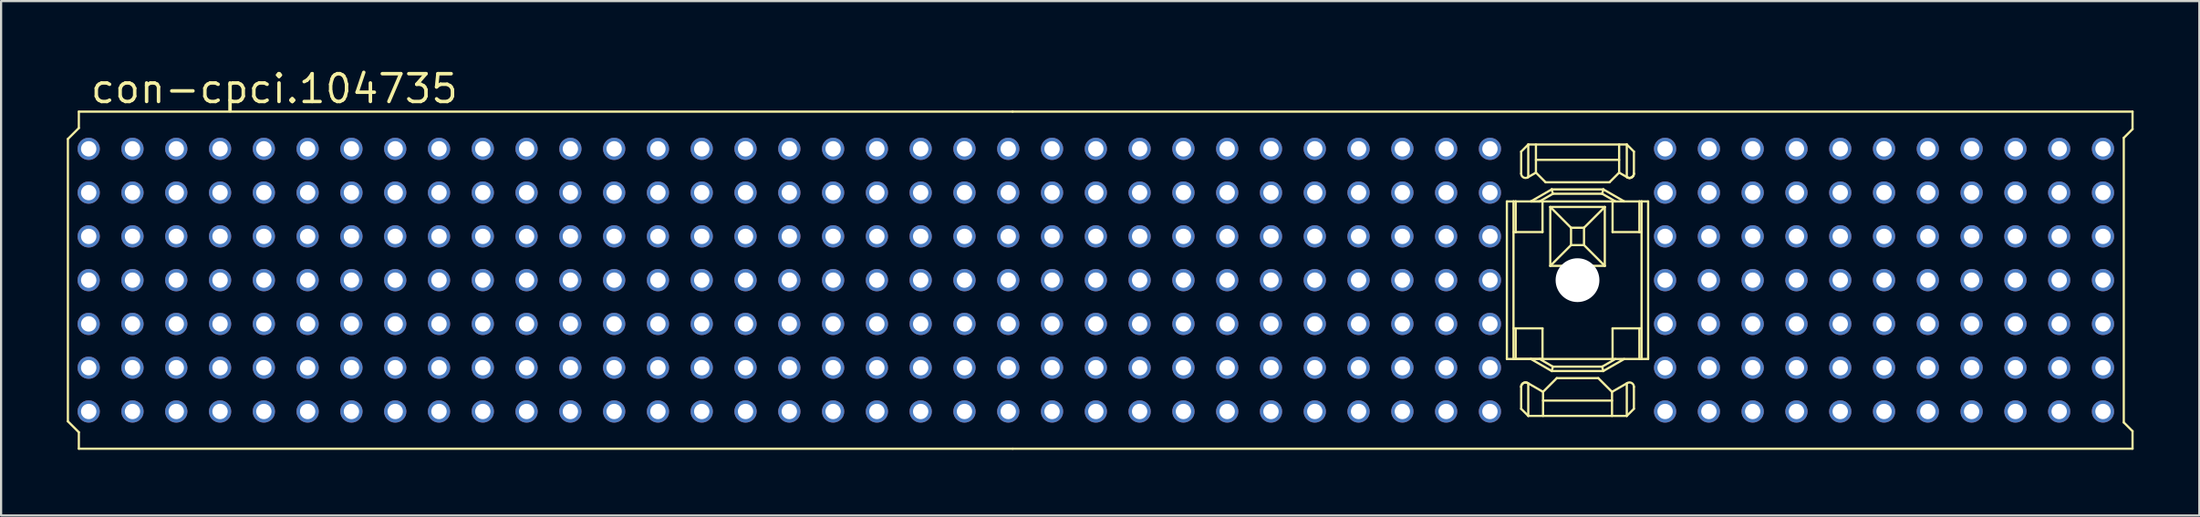
<source format=kicad_pcb>
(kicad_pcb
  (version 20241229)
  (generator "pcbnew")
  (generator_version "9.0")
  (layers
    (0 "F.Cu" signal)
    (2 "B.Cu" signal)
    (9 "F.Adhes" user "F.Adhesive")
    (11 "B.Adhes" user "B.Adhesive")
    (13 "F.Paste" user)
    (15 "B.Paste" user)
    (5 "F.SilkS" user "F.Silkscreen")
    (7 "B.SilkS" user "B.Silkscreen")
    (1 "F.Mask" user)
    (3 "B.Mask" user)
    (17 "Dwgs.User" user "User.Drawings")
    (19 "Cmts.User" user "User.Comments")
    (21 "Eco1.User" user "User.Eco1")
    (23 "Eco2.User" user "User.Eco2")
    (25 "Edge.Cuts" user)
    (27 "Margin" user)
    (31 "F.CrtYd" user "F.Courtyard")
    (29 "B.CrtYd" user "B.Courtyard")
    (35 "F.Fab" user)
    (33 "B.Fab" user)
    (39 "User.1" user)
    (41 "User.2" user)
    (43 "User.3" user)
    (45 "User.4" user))
  (footprint "con-cpci.104735"
    (layer "F.Cu")
    (at 69.001 9.75)
    (property "Reference" "con-cpci.104735" (at -68 -8 0) (layer "F.SilkS") (effects (font (size 1.27 1.27) (thickness 0.16)) (justify left bottom)))
    (attr through_hole)
    (fp_line (start -68.95 -6.45) (end -68.95 6.45) (stroke (width 0.102) (type default)) (layer "F.SilkS"))
    (fp_line (start -68.95 6.45) (end -68.45 6.95) (stroke (width 0.102) (type default)) (layer "F.SilkS"))
    (fp_line (start -68.45 -7.7) (end -68.45 -6.95) (stroke (width 0.102) (type default)) (layer "F.SilkS"))
    (fp_line (start -68.45 -6.95) (end -68.95 -6.45) (stroke (width 0.102) (type default)) (layer "F.SilkS"))
    (fp_line (start -68.45 6.95) (end -68.45 7.7) (stroke (width 0.102) (type default)) (layer "F.SilkS"))
    (fp_line (start -68.45 7.7) (end -25.801 7.7) (stroke (width 0.102) (type default)) (layer "F.SilkS"))
    (fp_line (start -25.801 -7.7) (end -68.45 -7.7) (stroke (width 0.102) (type default)) (layer "F.SilkS"))
    (fp_line (start -25.801 7.7) (end 25.35 7.7) (stroke (width 0.102) (type default)) (layer "F.SilkS"))
    (fp_line (start -3.226 -3.598) (end -2.924 -3.598) (stroke (width 0.102) (type default)) (layer "F.SilkS"))
    (fp_line (start -3.226 3.602) (end -3.226 -3.598) (stroke (width 0.102) (type default)) (layer "F.SilkS"))
    (fp_line (start -2.924 -3.598) (end -2.924 3.602) (stroke (width 0.102) (type default)) (layer "F.SilkS"))
    (fp_line (start -2.924 -3.598) (end -2.824 -3.598) (stroke (width 0.102) (type default)) (layer "F.SilkS"))
    (fp_line (start -2.924 -2.198) (end -2.824 -2.198) (stroke (width 0.102) (type default)) (layer "F.SilkS"))
    (fp_line (start -2.924 3.602) (end -3.226 3.602) (stroke (width 0.102) (type default)) (layer "F.SilkS"))
    (fp_line (start -2.924 3.602) (end -2.13 3.602) (stroke (width 0.102) (type default)) (layer "F.SilkS"))
    (fp_line (start -2.824 -3.598) (end -2.824 -2.198) (stroke (width 0.102) (type default)) (layer "F.SilkS"))
    (fp_line (start -2.824 -3.598) (end -2.13 -3.598) (stroke (width 0.102) (type default)) (layer "F.SilkS"))
    (fp_line (start -2.824 -2.198) (end -1.599 -2.198) (stroke (width 0.102) (type default)) (layer "F.SilkS"))
    (fp_line (start -2.824 2.202) (end -2.824 3.602) (stroke (width 0.102) (type default)) (layer "F.SilkS"))
    (fp_line (start -2.574 -5.873) (end -2.249 -6.198) (stroke (width 0.102) (type default)) (layer "F.SilkS"))
    (fp_line (start -2.574 -4.87) (end -2.574 -5.873) (stroke (width 0.102) (type default)) (layer "F.SilkS"))
    (fp_line (start -2.574 5.877) (end -2.574 4.873) (stroke (width 0.102) (type default)) (layer "F.SilkS"))
    (fp_line (start -2.274 4.7) (end -1.574 5.104) (stroke (width 0.102) (type default)) (layer "F.SilkS"))
    (fp_line (start -2.249 -6.198) (end -2.249 -4.711) (stroke (width 0.102) (type default)) (layer "F.SilkS"))
    (fp_line (start -2.249 4.714) (end -2.249 6.202) (stroke (width 0.102) (type default)) (layer "F.SilkS"))
    (fp_line (start -2.249 6.202) (end -2.574 5.877) (stroke (width 0.102) (type default)) (layer "F.SilkS"))
    (fp_line (start -2.249 6.202) (end 2.251 6.202) (stroke (width 0.102) (type default)) (layer "F.SilkS"))
    (fp_line (start -2.13 -3.598) (end -1.73 -3.598) (stroke (width 0.102) (type default)) (layer "F.SilkS"))
    (fp_line (start -2.13 3.602) (end -1.599 3.602) (stroke (width 0.102) (type default)) (layer "F.SilkS"))
    (fp_line (start -1.899 -4.913) (end -2.274 -4.697) (stroke (width 0.102) (type default)) (layer "F.SilkS"))
    (fp_line (start -1.899 -4.913) (end -1.899 -6.198) (stroke (width 0.102) (type default)) (layer "F.SilkS"))
    (fp_line (start -1.73 -3.598) (end -2.13 -3.598) (stroke (width 0.102) (type default)) (layer "F.SilkS"))
    (fp_line (start -1.73 -3.598) (end -1.599 -3.598) (stroke (width 0.102) (type default)) (layer "F.SilkS"))
    (fp_line (start -1.599 -3.598) (end 1.601 -3.598) (stroke (width 0.102) (type default)) (layer "F.SilkS"))
    (fp_line (start -1.599 -2.198) (end -1.599 -3.598) (stroke (width 0.102) (type default)) (layer "F.SilkS"))
    (fp_line (start -1.599 2.202) (end -2.924 2.202) (stroke (width 0.102) (type default)) (layer "F.SilkS"))
    (fp_line (start -1.599 3.602) (end -1.599 2.202) (stroke (width 0.102) (type default)) (layer "F.SilkS"))
    (fp_line (start -1.574 5.104) (end -1.574 6.202) (stroke (width 0.102) (type default)) (layer "F.SilkS"))
    (fp_line (start -1.574 5.104) (end -0.947 4.477) (stroke (width 0.102) (type default)) (layer "F.SilkS"))
    (fp_line (start -1.574 5.502) (end 1.576 5.502) (stroke (width 0.102) (type default)) (layer "F.SilkS"))
    (fp_line (start -1.459 -4.473) (end -1.899 -4.913) (stroke (width 0.102) (type default)) (layer "F.SilkS"))
    (fp_line (start -1.244 -3.344) (end -1.244 -0.653) (stroke (width 0.102) (type default)) (layer "F.SilkS"))
    (fp_line (start -1.244 -0.653) (end 1.246 -0.653) (stroke (width 0.102) (type default)) (layer "F.SilkS"))
    (fp_line (start -1.244 -0.653) (end -0.296 -1.602) (stroke (width 0.102) (type default)) (layer "F.SilkS"))
    (fp_line (start -1.178 -4.148) (end -2.13 -3.598) (stroke (width 0.102) (type default)) (layer "F.SilkS"))
    (fp_line (start -1.178 -4.148) (end 1.179 -4.148) (stroke (width 0.102) (type default)) (layer "F.SilkS"))
    (fp_line (start -1.178 4.152) (end -2.13 3.602) (stroke (width 0.102) (type default)) (layer "F.SilkS"))
    (fp_line (start -1.124 -3.948) (end -1.73 -3.598) (stroke (width 0.102) (type default)) (layer "F.SilkS"))
    (fp_line (start -1.124 -3.948) (end -1.178 -4.148) (stroke (width 0.102) (type default)) (layer "F.SilkS"))
    (fp_line (start -1.124 3.952) (end -1.73 3.602) (stroke (width 0.102) (type default)) (layer "F.SilkS"))
    (fp_line (start -1.124 3.952) (end -1.178 4.152) (stroke (width 0.102) (type default)) (layer "F.SilkS"))
    (fp_line (start -0.947 4.477) (end 0.949 4.477) (stroke (width 0.102) (type default)) (layer "F.SilkS"))
    (fp_line (start -0.296 -2.395) (end -0.296 -1.602) (stroke (width 0.102) (type default)) (layer "F.SilkS"))
    (fp_line (start -0.296 -2.395) (end -1.244 -3.344) (stroke (width 0.102) (type default)) (layer "F.SilkS"))
    (fp_line (start -0.296 -1.602) (end 0.297 -1.602) (stroke (width 0.102) (type default)) (layer "F.SilkS"))
    (fp_line (start 0.297 -2.395) (end -0.296 -2.395) (stroke (width 0.102) (type default)) (layer "F.SilkS"))
    (fp_line (start 0.297 -1.602) (end 0.297 -2.395) (stroke (width 0.102) (type default)) (layer "F.SilkS"))
    (fp_line (start 0.297 -1.602) (end 1.246 -0.653) (stroke (width 0.102) (type default)) (layer "F.SilkS"))
    (fp_line (start 0.949 4.477) (end 1.576 5.104) (stroke (width 0.102) (type default)) (layer "F.SilkS"))
    (fp_line (start 1.126 -3.948) (end -1.124 -3.948) (stroke (width 0.102) (type default)) (layer "F.SilkS"))
    (fp_line (start 1.126 -3.948) (end 1.732 -3.598) (stroke (width 0.102) (type default)) (layer "F.SilkS"))
    (fp_line (start 1.126 3.952) (end -1.124 3.952) (stroke (width 0.102) (type default)) (layer "F.SilkS"))
    (fp_line (start 1.126 3.952) (end 1.179 4.152) (stroke (width 0.102) (type default)) (layer "F.SilkS"))
    (fp_line (start 1.179 -4.148) (end 1.126 -3.948) (stroke (width 0.102) (type default)) (layer "F.SilkS"))
    (fp_line (start 1.179 4.152) (end -1.178 4.152) (stroke (width 0.102) (type default)) (layer "F.SilkS"))
    (fp_line (start 1.179 4.152) (end 2.132 3.602) (stroke (width 0.102) (type default)) (layer "F.SilkS"))
    (fp_line (start 1.246 -3.344) (end -1.244 -3.344) (stroke (width 0.102) (type default)) (layer "F.SilkS"))
    (fp_line (start 1.246 -3.344) (end 0.297 -2.395) (stroke (width 0.102) (type default)) (layer "F.SilkS"))
    (fp_line (start 1.246 -0.653) (end 1.246 -3.344) (stroke (width 0.102) (type default)) (layer "F.SilkS"))
    (fp_line (start 1.461 -4.473) (end -1.459 -4.473) (stroke (width 0.102) (type default)) (layer "F.SilkS"))
    (fp_line (start 1.576 5.104) (end 1.576 6.202) (stroke (width 0.102) (type default)) (layer "F.SilkS"))
    (fp_line (start 1.576 5.104) (end 2.276 4.7) (stroke (width 0.102) (type default)) (layer "F.SilkS"))
    (fp_line (start 1.601 -3.598) (end 1.601 -2.198) (stroke (width 0.102) (type default)) (layer "F.SilkS"))
    (fp_line (start 1.601 -2.198) (end 2.826 -2.198) (stroke (width 0.102) (type default)) (layer "F.SilkS"))
    (fp_line (start 1.601 2.202) (end 1.601 3.602) (stroke (width 0.102) (type default)) (layer "F.SilkS"))
    (fp_line (start 1.601 3.602) (end -2.924 3.602) (stroke (width 0.102) (type default)) (layer "F.SilkS"))
    (fp_line (start 1.601 3.602) (end 2.926 3.602) (stroke (width 0.102) (type default)) (layer "F.SilkS"))
    (fp_line (start 1.732 -3.598) (end 1.601 -3.598) (stroke (width 0.102) (type default)) (layer "F.SilkS"))
    (fp_line (start 1.732 3.602) (end 1.126 3.952) (stroke (width 0.102) (type default)) (layer "F.SilkS"))
    (fp_line (start 1.901 -5.498) (end -1.899 -5.498) (stroke (width 0.102) (type default)) (layer "F.SilkS"))
    (fp_line (start 1.901 -4.913) (end 1.461 -4.473) (stroke (width 0.102) (type default)) (layer "F.SilkS"))
    (fp_line (start 1.901 -4.913) (end 1.901 -6.198) (stroke (width 0.102) (type default)) (layer "F.SilkS"))
    (fp_line (start 2.132 -3.598) (end 1.179 -4.148) (stroke (width 0.102) (type default)) (layer "F.SilkS"))
    (fp_line (start 2.132 -3.598) (end 1.732 -3.598) (stroke (width 0.102) (type default)) (layer "F.SilkS"))
    (fp_line (start 2.251 -6.198) (end -2.249 -6.198) (stroke (width 0.102) (type default)) (layer "F.SilkS"))
    (fp_line (start 2.251 -6.198) (end 2.251 -4.711) (stroke (width 0.102) (type default)) (layer "F.SilkS"))
    (fp_line (start 2.251 6.202) (end 2.251 4.714) (stroke (width 0.102) (type default)) (layer "F.SilkS"))
    (fp_line (start 2.276 -4.697) (end 1.901 -4.913) (stroke (width 0.102) (type default)) (layer "F.SilkS"))
    (fp_line (start 2.576 -5.873) (end 2.251 -6.198) (stroke (width 0.102) (type default)) (layer "F.SilkS"))
    (fp_line (start 2.576 -4.87) (end 2.576 -5.873) (stroke (width 0.102) (type default)) (layer "F.SilkS"))
    (fp_line (start 2.576 4.873) (end 2.576 5.877) (stroke (width 0.102) (type default)) (layer "F.SilkS"))
    (fp_line (start 2.576 5.877) (end 2.251 6.202) (stroke (width 0.102) (type default)) (layer "F.SilkS"))
    (fp_line (start 2.826 -3.598) (end 2.132 -3.598) (stroke (width 0.102) (type default)) (layer "F.SilkS"))
    (fp_line (start 2.826 -3.598) (end 2.826 -2.198) (stroke (width 0.102) (type default)) (layer "F.SilkS"))
    (fp_line (start 2.826 -2.198) (end 2.926 -2.198) (stroke (width 0.102) (type default)) (layer "F.SilkS"))
    (fp_line (start 2.826 3.602) (end 2.826 2.202) (stroke (width 0.102) (type default)) (layer "F.SilkS"))
    (fp_line (start 2.926 -3.598) (end 2.826 -3.598) (stroke (width 0.102) (type default)) (layer "F.SilkS"))
    (fp_line (start 2.926 2.202) (end 1.601 2.202) (stroke (width 0.102) (type default)) (layer "F.SilkS"))
    (fp_line (start 2.926 3.602) (end 2.926 -3.598) (stroke (width 0.102) (type default)) (layer "F.SilkS"))
    (fp_line (start 2.926 3.602) (end 3.226 3.602) (stroke (width 0.102) (type default)) (layer "F.SilkS"))
    (fp_line (start 3.226 -3.598) (end 2.926 -3.598) (stroke (width 0.102) (type default)) (layer "F.SilkS"))
    (fp_line (start 3.226 3.602) (end 3.226 -3.598) (stroke (width 0.102) (type default)) (layer "F.SilkS"))
    (fp_line (start 24.95 6.5) (end 24.95 -6.5) (stroke (width 0.102) (type default)) (layer "F.SilkS"))
    (fp_line (start 25.35 -7.7) (end -25.801 -7.7) (stroke (width 0.102) (type default)) (layer "F.SilkS"))
    (fp_line (start 25.35 -6.9) (end 24.95 -6.5) (stroke (width 0.102) (type default)) (layer "F.SilkS"))
    (fp_line (start 25.35 -6.9) (end 25.35 -7.7) (stroke (width 0.102) (type default)) (layer "F.SilkS"))
    (fp_line (start 25.35 6.9) (end 24.95 6.5) (stroke (width 0.102) (type default)) (layer "F.SilkS"))
    (fp_line (start 25.35 7.7) (end 25.35 6.9) (stroke (width 0.102) (type default)) (layer "F.SilkS"))
    (fp_arc (start -2.5741 4.8731) (mid -2.474099 4.699896) (end -2.2741 4.6999) (stroke (width 0.1016) (type default)) (layer "F.SilkS"))
    (fp_arc (start -2.5741 4.8731) (mid -2.474099 4.699896) (end -2.2741 4.6999) (stroke (width 0.1016) (type default)) (layer "F.SilkS"))
    (fp_arc (start -2.2741 -4.6966) (mid -2.474099 -4.696596) (end -2.5741 -4.8698) (stroke (width 0.1016) (type default)) (layer "F.SilkS"))
    (fp_arc (start 2.2759 4.6999) (mid 2.475899 4.699896) (end 2.5759 4.8731) (stroke (width 0.1016) (type default)) (layer "F.SilkS"))
    (fp_arc (start 2.3008 -4.6843) (mid 2.288139 -4.689969) (end 2.2759 -4.6965) (stroke (width 0.1016) (type default)) (layer "F.SilkS"))
    (fp_arc (start 2.3759 -4.6698) (mid 2.337646 -4.673477) (end 2.3008 -4.6844) (stroke (width 0.1016) (type default)) (layer "F.SilkS"))
    (fp_arc (start 2.451 -4.6844) (mid 2.414154 -4.673477) (end 2.3759 -4.6698) (stroke (width 0.1016) (type default)) (layer "F.SilkS"))
    (fp_arc (start 2.5173 -4.7283) (mid 2.486355 -4.70302) (end 2.451 -4.6844) (stroke (width 0.1016) (type default)) (layer "F.SilkS"))
    (fp_arc (start 2.5454 -4.7637) (mid 2.532353 -4.745204) (end 2.5173 -4.7283) (stroke (width 0.1016) (type default)) (layer "F.SilkS"))
    (fp_arc (start 2.5758 -4.8698) (mid 2.568064 -4.814611) (end 2.5454 -4.7637) (stroke (width 0.1016) (type default)) (layer "F.SilkS"))
    (fp_arc (start 2.5759 -4.8698) (mid 2.475914 -4.696571) (end 2.2759 -4.6965) (stroke (width 0.1016) (type default)) (layer "F.SilkS"))
    (pad "" np_thru_hole circle (at 0 0) (size 2 2) (drill 2) (layers "*.Cu" "*.Mask"))
    (pad "A1" thru_hole circle (at -68 4 180) (size 1.016 1.016) (drill 0.7) (layers "*.Cu" "*.Mask"))
    (pad "A2" thru_hole circle (at -66 4 180) (size 1.016 1.016) (drill 0.7) (layers "*.Cu" "*.Mask"))
    (pad "A3" thru_hole circle (at -64 4 180) (size 1.016 1.016) (drill 0.7) (layers "*.Cu" "*.Mask"))
    (pad "A4" thru_hole circle (at -62 4 180) (size 1.016 1.016) (drill 0.7) (layers "*.Cu" "*.Mask"))
    (pad "A5" thru_hole circle (at -60 4 180) (size 1.016 1.016) (drill 0.7) (layers "*.Cu" "*.Mask"))
    (pad "A6" thru_hole circle (at -58 4 180) (size 1.016 1.016) (drill 0.7) (layers "*.Cu" "*.Mask"))
    (pad "A7" thru_hole circle (at -56 4 180) (size 1.016 1.016) (drill 0.7) (layers "*.Cu" "*.Mask"))
    (pad "A8" thru_hole circle (at -54 4 180) (size 1.016 1.016) (drill 0.7) (layers "*.Cu" "*.Mask"))
    (pad "A9" thru_hole circle (at -52 4 180) (size 1.016 1.016) (drill 0.7) (layers "*.Cu" "*.Mask"))
    (pad "A10" thru_hole circle (at -50 4 180) (size 1.016 1.016) (drill 0.7) (layers "*.Cu" "*.Mask"))
    (pad "A11" thru_hole circle (at -48 4 180) (size 1.016 1.016) (drill 0.7) (layers "*.Cu" "*.Mask"))
    (pad "A12" thru_hole circle (at -46 4 180) (size 1.016 1.016) (drill 0.7) (layers "*.Cu" "*.Mask"))
    (pad "A13" thru_hole circle (at -44 4 180) (size 1.016 1.016) (drill 0.7) (layers "*.Cu" "*.Mask"))
    (pad "A14" thru_hole circle (at -42 4 180) (size 1.016 1.016) (drill 0.7) (layers "*.Cu" "*.Mask"))
    (pad "A15" thru_hole circle (at -40 4 180) (size 1.016 1.016) (drill 0.7) (layers "*.Cu" "*.Mask"))
    (pad "A16" thru_hole circle (at -38 4 180) (size 1.016 1.016) (drill 0.7) (layers "*.Cu" "*.Mask"))
    (pad "A17" thru_hole circle (at -36 4 180) (size 1.016 1.016) (drill 0.7) (layers "*.Cu" "*.Mask"))
    (pad "A18" thru_hole circle (at -34 4 180) (size 1.016 1.016) (drill 0.7) (layers "*.Cu" "*.Mask"))
    (pad "A19" thru_hole circle (at -32 4 180) (size 1.016 1.016) (drill 0.7) (layers "*.Cu" "*.Mask"))
    (pad "A20" thru_hole circle (at -30 4 180) (size 1.016 1.016) (drill 0.7) (layers "*.Cu" "*.Mask"))
    (pad "A21" thru_hole circle (at -28 4 180) (size 1.016 1.016) (drill 0.7) (layers "*.Cu" "*.Mask"))
    (pad "A22" thru_hole circle (at -26 4 180) (size 1.016 1.016) (drill 0.7) (layers "*.Cu" "*.Mask"))
    (pad "A23" thru_hole circle (at -24 4 180) (size 1.016 1.016) (drill 0.7) (layers "*.Cu" "*.Mask"))
    (pad "A24" thru_hole circle (at -22 4 180) (size 1.016 1.016) (drill 0.7) (layers "*.Cu" "*.Mask"))
    (pad "A25" thru_hole circle (at -20 4 180) (size 1.016 1.016) (drill 0.7) (layers "*.Cu" "*.Mask"))
    (pad "A26" thru_hole circle (at -18 4 180) (size 1.016 1.016) (drill 0.7) (layers "*.Cu" "*.Mask"))
    (pad "A27" thru_hole circle (at -16 4 180) (size 1.016 1.016) (drill 0.7) (layers "*.Cu" "*.Mask"))
    (pad "A28" thru_hole circle (at -14 4 180) (size 1.016 1.016) (drill 0.7) (layers "*.Cu" "*.Mask"))
    (pad "A29" thru_hole circle (at -12 4 180) (size 1.016 1.016) (drill 0.7) (layers "*.Cu" "*.Mask"))
    (pad "A30" thru_hole circle (at -10 4 180) (size 1.016 1.016) (drill 0.7) (layers "*.Cu" "*.Mask"))
    (pad "A31" thru_hole circle (at -8 4 180) (size 1.016 1.016) (drill 0.7) (layers "*.Cu" "*.Mask"))
    (pad "A32" thru_hole circle (at -6 4 180) (size 1.016 1.016) (drill 0.7) (layers "*.Cu" "*.Mask"))
    (pad "A33" thru_hole circle (at -4 4 180) (size 1.016 1.016) (drill 0.7) (layers "*.Cu" "*.Mask"))
    (pad "A37" thru_hole circle (at 4 4 180) (size 1.016 1.016) (drill 0.7) (layers "*.Cu" "*.Mask"))
    (pad "A38" thru_hole circle (at 6 4 180) (size 1.016 1.016) (drill 0.7) (layers "*.Cu" "*.Mask"))
    (pad "A39" thru_hole circle (at 8 4 180) (size 1.016 1.016) (drill 0.7) (layers "*.Cu" "*.Mask"))
    (pad "A40" thru_hole circle (at 10 4 180) (size 1.016 1.016) (drill 0.7) (layers "*.Cu" "*.Mask"))
    (pad "A41" thru_hole circle (at 12 4 180) (size 1.016 1.016) (drill 0.7) (layers "*.Cu" "*.Mask"))
    (pad "A42" thru_hole circle (at 14 4 180) (size 1.016 1.016) (drill 0.7) (layers "*.Cu" "*.Mask"))
    (pad "A43" thru_hole circle (at 16 4 180) (size 1.016 1.016) (drill 0.7) (layers "*.Cu" "*.Mask"))
    (pad "A44" thru_hole circle (at 18 4 180) (size 1.016 1.016) (drill 0.7) (layers "*.Cu" "*.Mask"))
    (pad "A45" thru_hole circle (at 20 4 180) (size 1.016 1.016) (drill 0.7) (layers "*.Cu" "*.Mask"))
    (pad "A46" thru_hole circle (at 22 4 180) (size 1.016 1.016) (drill 0.7) (layers "*.Cu" "*.Mask"))
    (pad "A47" thru_hole circle (at 24 4 180) (size 1.016 1.016) (drill 0.7) (layers "*.Cu" "*.Mask"))
    (pad "B1" thru_hole circle (at -68 2 180) (size 1.016 1.016) (drill 0.7) (layers "*.Cu" "*.Mask"))
    (pad "B2" thru_hole circle (at -66 2 180) (size 1.016 1.016) (drill 0.7) (layers "*.Cu" "*.Mask"))
    (pad "B3" thru_hole circle (at -64 2 180) (size 1.016 1.016) (drill 0.7) (layers "*.Cu" "*.Mask"))
    (pad "B4" thru_hole circle (at -62 2 180) (size 1.016 1.016) (drill 0.7) (layers "*.Cu" "*.Mask"))
    (pad "B5" thru_hole circle (at -60 2 180) (size 1.016 1.016) (drill 0.7) (layers "*.Cu" "*.Mask"))
    (pad "B6" thru_hole circle (at -58 2 180) (size 1.016 1.016) (drill 0.7) (layers "*.Cu" "*.Mask"))
    (pad "B7" thru_hole circle (at -56 2 180) (size 1.016 1.016) (drill 0.7) (layers "*.Cu" "*.Mask"))
    (pad "B8" thru_hole circle (at -54 2 180) (size 1.016 1.016) (drill 0.7) (layers "*.Cu" "*.Mask"))
    (pad "B9" thru_hole circle (at -52 2 180) (size 1.016 1.016) (drill 0.7) (layers "*.Cu" "*.Mask"))
    (pad "B10" thru_hole circle (at -50 2 180) (size 1.016 1.016) (drill 0.7) (layers "*.Cu" "*.Mask"))
    (pad "B11" thru_hole circle (at -48 2 180) (size 1.016 1.016) (drill 0.7) (layers "*.Cu" "*.Mask"))
    (pad "B12" thru_hole circle (at -46 2 180) (size 1.016 1.016) (drill 0.7) (layers "*.Cu" "*.Mask"))
    (pad "B13" thru_hole circle (at -44 2 180) (size 1.016 1.016) (drill 0.7) (layers "*.Cu" "*.Mask"))
    (pad "B14" thru_hole circle (at -42 2 180) (size 1.016 1.016) (drill 0.7) (layers "*.Cu" "*.Mask"))
    (pad "B15" thru_hole circle (at -40 2 180) (size 1.016 1.016) (drill 0.7) (layers "*.Cu" "*.Mask"))
    (pad "B16" thru_hole circle (at -38 2 180) (size 1.016 1.016) (drill 0.7) (layers "*.Cu" "*.Mask"))
    (pad "B17" thru_hole circle (at -36 2 180) (size 1.016 1.016) (drill 0.7) (layers "*.Cu" "*.Mask"))
    (pad "B18" thru_hole circle (at -34 2 180) (size 1.016 1.016) (drill 0.7) (layers "*.Cu" "*.Mask"))
    (pad "B19" thru_hole circle (at -32 2 180) (size 1.016 1.016) (drill 0.7) (layers "*.Cu" "*.Mask"))
    (pad "B20" thru_hole circle (at -30 2 180) (size 1.016 1.016) (drill 0.7) (layers "*.Cu" "*.Mask"))
    (pad "B21" thru_hole circle (at -28 2 180) (size 1.016 1.016) (drill 0.7) (layers "*.Cu" "*.Mask"))
    (pad "B22" thru_hole circle (at -26 2 180) (size 1.016 1.016) (drill 0.7) (layers "*.Cu" "*.Mask"))
    (pad "B23" thru_hole circle (at -24 2 180) (size 1.016 1.016) (drill 0.7) (layers "*.Cu" "*.Mask"))
    (pad "B24" thru_hole circle (at -22 2 180) (size 1.016 1.016) (drill 0.7) (layers "*.Cu" "*.Mask"))
    (pad "B25" thru_hole circle (at -20 2 180) (size 1.016 1.016) (drill 0.7) (layers "*.Cu" "*.Mask"))
    (pad "B26" thru_hole circle (at -18 2 180) (size 1.016 1.016) (drill 0.7) (layers "*.Cu" "*.Mask"))
    (pad "B27" thru_hole circle (at -16 2 180) (size 1.016 1.016) (drill 0.7) (layers "*.Cu" "*.Mask"))
    (pad "B28" thru_hole circle (at -14 2 180) (size 1.016 1.016) (drill 0.7) (layers "*.Cu" "*.Mask"))
    (pad "B29" thru_hole circle (at -12 2 180) (size 1.016 1.016) (drill 0.7) (layers "*.Cu" "*.Mask"))
    (pad "B30" thru_hole circle (at -10 2 180) (size 1.016 1.016) (drill 0.7) (layers "*.Cu" "*.Mask"))
    (pad "B31" thru_hole circle (at -8 2 180) (size 1.016 1.016) (drill 0.7) (layers "*.Cu" "*.Mask"))
    (pad "B32" thru_hole circle (at -6 2 180) (size 1.016 1.016) (drill 0.7) (layers "*.Cu" "*.Mask"))
    (pad "B33" thru_hole circle (at -4 2 180) (size 1.016 1.016) (drill 0.7) (layers "*.Cu" "*.Mask"))
    (pad "B37" thru_hole circle (at 4 2 180) (size 1.016 1.016) (drill 0.7) (layers "*.Cu" "*.Mask"))
    (pad "B38" thru_hole circle (at 6 2 180) (size 1.016 1.016) (drill 0.7) (layers "*.Cu" "*.Mask"))
    (pad "B39" thru_hole circle (at 8 2 180) (size 1.016 1.016) (drill 0.7) (layers "*.Cu" "*.Mask"))
    (pad "B40" thru_hole circle (at 10 2 180) (size 1.016 1.016) (drill 0.7) (layers "*.Cu" "*.Mask"))
    (pad "B41" thru_hole circle (at 12 2 180) (size 1.016 1.016) (drill 0.7) (layers "*.Cu" "*.Mask"))
    (pad "B42" thru_hole circle (at 14 2 180) (size 1.016 1.016) (drill 0.7) (layers "*.Cu" "*.Mask"))
    (pad "B43" thru_hole circle (at 16 2 180) (size 1.016 1.016) (drill 0.7) (layers "*.Cu" "*.Mask"))
    (pad "B44" thru_hole circle (at 18 2 180) (size 1.016 1.016) (drill 0.7) (layers "*.Cu" "*.Mask"))
    (pad "B45" thru_hole circle (at 20 2 180) (size 1.016 1.016) (drill 0.7) (layers "*.Cu" "*.Mask"))
    (pad "B46" thru_hole circle (at 22 2 180) (size 1.016 1.016) (drill 0.7) (layers "*.Cu" "*.Mask"))
    (pad "B47" thru_hole circle (at 24 2 180) (size 1.016 1.016) (drill 0.7) (layers "*.Cu" "*.Mask"))
    (pad "C1" thru_hole circle (at -68 0 180) (size 1.016 1.016) (drill 0.7) (layers "*.Cu" "*.Mask"))
    (pad "C2" thru_hole circle (at -66 0 180) (size 1.016 1.016) (drill 0.7) (layers "*.Cu" "*.Mask"))
    (pad "C3" thru_hole circle (at -64 0 180) (size 1.016 1.016) (drill 0.7) (layers "*.Cu" "*.Mask"))
    (pad "C4" thru_hole circle (at -62 0 180) (size 1.016 1.016) (drill 0.7) (layers "*.Cu" "*.Mask"))
    (pad "C5" thru_hole circle (at -60 0 180) (size 1.016 1.016) (drill 0.7) (layers "*.Cu" "*.Mask"))
    (pad "C6" thru_hole circle (at -58 0 180) (size 1.016 1.016) (drill 0.7) (layers "*.Cu" "*.Mask"))
    (pad "C7" thru_hole circle (at -56 0 180) (size 1.016 1.016) (drill 0.7) (layers "*.Cu" "*.Mask"))
    (pad "C8" thru_hole circle (at -54 0 180) (size 1.016 1.016) (drill 0.7) (layers "*.Cu" "*.Mask"))
    (pad "C9" thru_hole circle (at -52 0 180) (size 1.016 1.016) (drill 0.7) (layers "*.Cu" "*.Mask"))
    (pad "C10" thru_hole circle (at -50 0 180) (size 1.016 1.016) (drill 0.7) (layers "*.Cu" "*.Mask"))
    (pad "C11" thru_hole circle (at -48 0 180) (size 1.016 1.016) (drill 0.7) (layers "*.Cu" "*.Mask"))
    (pad "C12" thru_hole circle (at -46 0 180) (size 1.016 1.016) (drill 0.7) (layers "*.Cu" "*.Mask"))
    (pad "C13" thru_hole circle (at -44 0 180) (size 1.016 1.016) (drill 0.7) (layers "*.Cu" "*.Mask"))
    (pad "C14" thru_hole circle (at -42 0 180) (size 1.016 1.016) (drill 0.7) (layers "*.Cu" "*.Mask"))
    (pad "C15" thru_hole circle (at -40 0 180) (size 1.016 1.016) (drill 0.7) (layers "*.Cu" "*.Mask"))
    (pad "C16" thru_hole circle (at -38 0 180) (size 1.016 1.016) (drill 0.7) (layers "*.Cu" "*.Mask"))
    (pad "C17" thru_hole circle (at -36 0 180) (size 1.016 1.016) (drill 0.7) (layers "*.Cu" "*.Mask"))
    (pad "C18" thru_hole circle (at -34 0 180) (size 1.016 1.016) (drill 0.7) (layers "*.Cu" "*.Mask"))
    (pad "C19" thru_hole circle (at -32 0 180) (size 1.016 1.016) (drill 0.7) (layers "*.Cu" "*.Mask"))
    (pad "C20" thru_hole circle (at -30 0 180) (size 1.016 1.016) (drill 0.7) (layers "*.Cu" "*.Mask"))
    (pad "C21" thru_hole circle (at -28 0 180) (size 1.016 1.016) (drill 0.7) (layers "*.Cu" "*.Mask"))
    (pad "C22" thru_hole circle (at -26 0 180) (size 1.016 1.016) (drill 0.7) (layers "*.Cu" "*.Mask"))
    (pad "C23" thru_hole circle (at -24 0 180) (size 1.016 1.016) (drill 0.7) (layers "*.Cu" "*.Mask"))
    (pad "C24" thru_hole circle (at -22 0 180) (size 1.016 1.016) (drill 0.7) (layers "*.Cu" "*.Mask"))
    (pad "C25" thru_hole circle (at -20 0 180) (size 1.016 1.016) (drill 0.7) (layers "*.Cu" "*.Mask"))
    (pad "C26" thru_hole circle (at -18 0 180) (size 1.016 1.016) (drill 0.7) (layers "*.Cu" "*.Mask"))
    (pad "C27" thru_hole circle (at -16 0 180) (size 1.016 1.016) (drill 0.7) (layers "*.Cu" "*.Mask"))
    (pad "C28" thru_hole circle (at -14 0 180) (size 1.016 1.016) (drill 0.7) (layers "*.Cu" "*.Mask"))
    (pad "C29" thru_hole circle (at -12 0 180) (size 1.016 1.016) (drill 0.7) (layers "*.Cu" "*.Mask"))
    (pad "C30" thru_hole circle (at -10 0 180) (size 1.016 1.016) (drill 0.7) (layers "*.Cu" "*.Mask"))
    (pad "C31" thru_hole circle (at -8 0 180) (size 1.016 1.016) (drill 0.7) (layers "*.Cu" "*.Mask"))
    (pad "C32" thru_hole circle (at -6 0 180) (size 1.016 1.016) (drill 0.7) (layers "*.Cu" "*.Mask"))
    (pad "C33" thru_hole circle (at -4 0 180) (size 1.016 1.016) (drill 0.7) (layers "*.Cu" "*.Mask"))
    (pad "C37" thru_hole circle (at 4 0 180) (size 1.016 1.016) (drill 0.7) (layers "*.Cu" "*.Mask"))
    (pad "C38" thru_hole circle (at 6 0 180) (size 1.016 1.016) (drill 0.7) (layers "*.Cu" "*.Mask"))
    (pad "C39" thru_hole circle (at 8 0 180) (size 1.016 1.016) (drill 0.7) (layers "*.Cu" "*.Mask"))
    (pad "C40" thru_hole circle (at 10 0 180) (size 1.016 1.016) (drill 0.7) (layers "*.Cu" "*.Mask"))
    (pad "C41" thru_hole circle (at 12 0 180) (size 1.016 1.016) (drill 0.7) (layers "*.Cu" "*.Mask"))
    (pad "C42" thru_hole circle (at 14 0 180) (size 1.016 1.016) (drill 0.7) (layers "*.Cu" "*.Mask"))
    (pad "C43" thru_hole circle (at 16 0 180) (size 1.016 1.016) (drill 0.7) (layers "*.Cu" "*.Mask"))
    (pad "C44" thru_hole circle (at 18 0 180) (size 1.016 1.016) (drill 0.7) (layers "*.Cu" "*.Mask"))
    (pad "C45" thru_hole circle (at 20 0 180) (size 1.016 1.016) (drill 0.7) (layers "*.Cu" "*.Mask"))
    (pad "C46" thru_hole circle (at 22 0 180) (size 1.016 1.016) (drill 0.7) (layers "*.Cu" "*.Mask"))
    (pad "C47" thru_hole circle (at 24 0 180) (size 1.016 1.016) (drill 0.7) (layers "*.Cu" "*.Mask"))
    (pad "D1" thru_hole circle (at -68 -2 180) (size 1.016 1.016) (drill 0.7) (layers "*.Cu" "*.Mask"))
    (pad "D2" thru_hole circle (at -66 -2 180) (size 1.016 1.016) (drill 0.7) (layers "*.Cu" "*.Mask"))
    (pad "D3" thru_hole circle (at -64 -2 180) (size 1.016 1.016) (drill 0.7) (layers "*.Cu" "*.Mask"))
    (pad "D4" thru_hole circle (at -62 -2 180) (size 1.016 1.016) (drill 0.7) (layers "*.Cu" "*.Mask"))
    (pad "D5" thru_hole circle (at -60 -2 180) (size 1.016 1.016) (drill 0.7) (layers "*.Cu" "*.Mask"))
    (pad "D6" thru_hole circle (at -58 -2 180) (size 1.016 1.016) (drill 0.7) (layers "*.Cu" "*.Mask"))
    (pad "D7" thru_hole circle (at -56 -2 180) (size 1.016 1.016) (drill 0.7) (layers "*.Cu" "*.Mask"))
    (pad "D8" thru_hole circle (at -54 -2 180) (size 1.016 1.016) (drill 0.7) (layers "*.Cu" "*.Mask"))
    (pad "D9" thru_hole circle (at -52 -2 180) (size 1.016 1.016) (drill 0.7) (layers "*.Cu" "*.Mask"))
    (pad "D10" thru_hole circle (at -50 -2 180) (size 1.016 1.016) (drill 0.7) (layers "*.Cu" "*.Mask"))
    (pad "D11" thru_hole circle (at -48 -2 180) (size 1.016 1.016) (drill 0.7) (layers "*.Cu" "*.Mask"))
    (pad "D12" thru_hole circle (at -46 -2 180) (size 1.016 1.016) (drill 0.7) (layers "*.Cu" "*.Mask"))
    (pad "D13" thru_hole circle (at -44 -2 180) (size 1.016 1.016) (drill 0.7) (layers "*.Cu" "*.Mask"))
    (pad "D14" thru_hole circle (at -42 -2 180) (size 1.016 1.016) (drill 0.7) (layers "*.Cu" "*.Mask"))
    (pad "D15" thru_hole circle (at -40 -2 180) (size 1.016 1.016) (drill 0.7) (layers "*.Cu" "*.Mask"))
    (pad "D16" thru_hole circle (at -38 -2 180) (size 1.016 1.016) (drill 0.7) (layers "*.Cu" "*.Mask"))
    (pad "D17" thru_hole circle (at -36 -2 180) (size 1.016 1.016) (drill 0.7) (layers "*.Cu" "*.Mask"))
    (pad "D18" thru_hole circle (at -34 -2 180) (size 1.016 1.016) (drill 0.7) (layers "*.Cu" "*.Mask"))
    (pad "D19" thru_hole circle (at -32 -2 180) (size 1.016 1.016) (drill 0.7) (layers "*.Cu" "*.Mask"))
    (pad "D20" thru_hole circle (at -30 -2 180) (size 1.016 1.016) (drill 0.7) (layers "*.Cu" "*.Mask"))
    (pad "D21" thru_hole circle (at -28 -2 180) (size 1.016 1.016) (drill 0.7) (layers "*.Cu" "*.Mask"))
    (pad "D22" thru_hole circle (at -26 -2 180) (size 1.016 1.016) (drill 0.7) (layers "*.Cu" "*.Mask"))
    (pad "D23" thru_hole circle (at -24 -2 180) (size 1.016 1.016) (drill 0.7) (layers "*.Cu" "*.Mask"))
    (pad "D24" thru_hole circle (at -22 -2 180) (size 1.016 1.016) (drill 0.7) (layers "*.Cu" "*.Mask"))
    (pad "D25" thru_hole circle (at -20 -2 180) (size 1.016 1.016) (drill 0.7) (layers "*.Cu" "*.Mask"))
    (pad "D26" thru_hole circle (at -18 -2 180) (size 1.016 1.016) (drill 0.7) (layers "*.Cu" "*.Mask"))
    (pad "D27" thru_hole circle (at -16 -2 180) (size 1.016 1.016) (drill 0.7) (layers "*.Cu" "*.Mask"))
    (pad "D28" thru_hole circle (at -14 -2 180) (size 1.016 1.016) (drill 0.7) (layers "*.Cu" "*.Mask"))
    (pad "D29" thru_hole circle (at -12 -2 180) (size 1.016 1.016) (drill 0.7) (layers "*.Cu" "*.Mask"))
    (pad "D30" thru_hole circle (at -10 -2 180) (size 1.016 1.016) (drill 0.7) (layers "*.Cu" "*.Mask"))
    (pad "D31" thru_hole circle (at -8 -2 180) (size 1.016 1.016) (drill 0.7) (layers "*.Cu" "*.Mask"))
    (pad "D32" thru_hole circle (at -6 -2 180) (size 1.016 1.016) (drill 0.7) (layers "*.Cu" "*.Mask"))
    (pad "D33" thru_hole circle (at -4 -2 180) (size 1.016 1.016) (drill 0.7) (layers "*.Cu" "*.Mask"))
    (pad "D37" thru_hole circle (at 4 -2 180) (size 1.016 1.016) (drill 0.7) (layers "*.Cu" "*.Mask"))
    (pad "D38" thru_hole circle (at 6 -2 180) (size 1.016 1.016) (drill 0.7) (layers "*.Cu" "*.Mask"))
    (pad "D39" thru_hole circle (at 8 -2 180) (size 1.016 1.016) (drill 0.7) (layers "*.Cu" "*.Mask"))
    (pad "D40" thru_hole circle (at 10 -2 180) (size 1.016 1.016) (drill 0.7) (layers "*.Cu" "*.Mask"))
    (pad "D41" thru_hole circle (at 12 -2 180) (size 1.016 1.016) (drill 0.7) (layers "*.Cu" "*.Mask"))
    (pad "D42" thru_hole circle (at 14 -2 180) (size 1.016 1.016) (drill 0.7) (layers "*.Cu" "*.Mask"))
    (pad "D43" thru_hole circle (at 16 -2 180) (size 1.016 1.016) (drill 0.7) (layers "*.Cu" "*.Mask"))
    (pad "D44" thru_hole circle (at 18 -2 180) (size 1.016 1.016) (drill 0.7) (layers "*.Cu" "*.Mask"))
    (pad "D45" thru_hole circle (at 20 -2 180) (size 1.016 1.016) (drill 0.7) (layers "*.Cu" "*.Mask"))
    (pad "D46" thru_hole circle (at 22 -2 180) (size 1.016 1.016) (drill 0.7) (layers "*.Cu" "*.Mask"))
    (pad "D47" thru_hole circle (at 24 -2 180) (size 1.016 1.016) (drill 0.7) (layers "*.Cu" "*.Mask"))
    (pad "E1" thru_hole circle (at -68 -4 180) (size 1.016 1.016) (drill 0.7) (layers "*.Cu" "*.Mask"))
    (pad "E2" thru_hole circle (at -66 -4 180) (size 1.016 1.016) (drill 0.7) (layers "*.Cu" "*.Mask"))
    (pad "E3" thru_hole circle (at -64 -4 180) (size 1.016 1.016) (drill 0.7) (layers "*.Cu" "*.Mask"))
    (pad "E4" thru_hole circle (at -62 -4 180) (size 1.016 1.016) (drill 0.7) (layers "*.Cu" "*.Mask"))
    (pad "E5" thru_hole circle (at -60 -4 180) (size 1.016 1.016) (drill 0.7) (layers "*.Cu" "*.Mask"))
    (pad "E6" thru_hole circle (at -58 -4 180) (size 1.016 1.016) (drill 0.7) (layers "*.Cu" "*.Mask"))
    (pad "E7" thru_hole circle (at -56 -4 180) (size 1.016 1.016) (drill 0.7) (layers "*.Cu" "*.Mask"))
    (pad "E8" thru_hole circle (at -54 -4 180) (size 1.016 1.016) (drill 0.7) (layers "*.Cu" "*.Mask"))
    (pad "E9" thru_hole circle (at -52 -4 180) (size 1.016 1.016) (drill 0.7) (layers "*.Cu" "*.Mask"))
    (pad "E10" thru_hole circle (at -50 -4 180) (size 1.016 1.016) (drill 0.7) (layers "*.Cu" "*.Mask"))
    (pad "E11" thru_hole circle (at -48 -4 180) (size 1.016 1.016) (drill 0.7) (layers "*.Cu" "*.Mask"))
    (pad "E12" thru_hole circle (at -46 -4 180) (size 1.016 1.016) (drill 0.7) (layers "*.Cu" "*.Mask"))
    (pad "E13" thru_hole circle (at -44 -4 180) (size 1.016 1.016) (drill 0.7) (layers "*.Cu" "*.Mask"))
    (pad "E14" thru_hole circle (at -42 -4 180) (size 1.016 1.016) (drill 0.7) (layers "*.Cu" "*.Mask"))
    (pad "E15" thru_hole circle (at -40 -4 180) (size 1.016 1.016) (drill 0.7) (layers "*.Cu" "*.Mask"))
    (pad "E16" thru_hole circle (at -38 -4 180) (size 1.016 1.016) (drill 0.7) (layers "*.Cu" "*.Mask"))
    (pad "E17" thru_hole circle (at -36 -4 180) (size 1.016 1.016) (drill 0.7) (layers "*.Cu" "*.Mask"))
    (pad "E18" thru_hole circle (at -34 -4 180) (size 1.016 1.016) (drill 0.7) (layers "*.Cu" "*.Mask"))
    (pad "E19" thru_hole circle (at -32 -4 180) (size 1.016 1.016) (drill 0.7) (layers "*.Cu" "*.Mask"))
    (pad "E20" thru_hole circle (at -30 -4 180) (size 1.016 1.016) (drill 0.7) (layers "*.Cu" "*.Mask"))
    (pad "E21" thru_hole circle (at -28 -4 180) (size 1.016 1.016) (drill 0.7) (layers "*.Cu" "*.Mask"))
    (pad "E22" thru_hole circle (at -26 -4 180) (size 1.016 1.016) (drill 0.7) (layers "*.Cu" "*.Mask"))
    (pad "E23" thru_hole circle (at -24 -4 180) (size 1.016 1.016) (drill 0.7) (layers "*.Cu" "*.Mask"))
    (pad "E24" thru_hole circle (at -22 -4 180) (size 1.016 1.016) (drill 0.7) (layers "*.Cu" "*.Mask"))
    (pad "E25" thru_hole circle (at -20 -4 180) (size 1.016 1.016) (drill 0.7) (layers "*.Cu" "*.Mask"))
    (pad "E26" thru_hole circle (at -18 -4 180) (size 1.016 1.016) (drill 0.7) (layers "*.Cu" "*.Mask"))
    (pad "E27" thru_hole circle (at -16 -4 180) (size 1.016 1.016) (drill 0.7) (layers "*.Cu" "*.Mask"))
    (pad "E28" thru_hole circle (at -14 -4 180) (size 1.016 1.016) (drill 0.7) (layers "*.Cu" "*.Mask"))
    (pad "E29" thru_hole circle (at -12 -4 180) (size 1.016 1.016) (drill 0.7) (layers "*.Cu" "*.Mask"))
    (pad "E30" thru_hole circle (at -10 -4 180) (size 1.016 1.016) (drill 0.7) (layers "*.Cu" "*.Mask"))
    (pad "E31" thru_hole circle (at -8 -4 180) (size 1.016 1.016) (drill 0.7) (layers "*.Cu" "*.Mask"))
    (pad "E32" thru_hole circle (at -6 -4 180) (size 1.016 1.016) (drill 0.7) (layers "*.Cu" "*.Mask"))
    (pad "E33" thru_hole circle (at -4 -4 180) (size 1.016 1.016) (drill 0.7) (layers "*.Cu" "*.Mask"))
    (pad "E37" thru_hole circle (at 4 -4 180) (size 1.016 1.016) (drill 0.7) (layers "*.Cu" "*.Mask"))
    (pad "E38" thru_hole circle (at 6 -4 180) (size 1.016 1.016) (drill 0.7) (layers "*.Cu" "*.Mask"))
    (pad "E39" thru_hole circle (at 8 -4 180) (size 1.016 1.016) (drill 0.7) (layers "*.Cu" "*.Mask"))
    (pad "E40" thru_hole circle (at 10 -4 180) (size 1.016 1.016) (drill 0.7) (layers "*.Cu" "*.Mask"))
    (pad "E41" thru_hole circle (at 12 -4 180) (size 1.016 1.016) (drill 0.7) (layers "*.Cu" "*.Mask"))
    (pad "E42" thru_hole circle (at 14 -4 180) (size 1.016 1.016) (drill 0.7) (layers "*.Cu" "*.Mask"))
    (pad "E43" thru_hole circle (at 16 -4 180) (size 1.016 1.016) (drill 0.7) (layers "*.Cu" "*.Mask"))
    (pad "E44" thru_hole circle (at 18 -4 180) (size 1.016 1.016) (drill 0.7) (layers "*.Cu" "*.Mask"))
    (pad "E45" thru_hole circle (at 20 -4 180) (size 1.016 1.016) (drill 0.7) (layers "*.Cu" "*.Mask"))
    (pad "E46" thru_hole circle (at 22 -4 180) (size 1.016 1.016) (drill 0.7) (layers "*.Cu" "*.Mask"))
    (pad "E47" thru_hole circle (at 24 -4 180) (size 1.016 1.016) (drill 0.7) (layers "*.Cu" "*.Mask"))
    (pad "F1" thru_hole circle (at -68 -6 180) (size 1.016 1.016) (drill 0.7) (layers "*.Cu" "*.Mask"))
    (pad "F2" thru_hole circle (at -66 -6 180) (size 1.016 1.016) (drill 0.7) (layers "*.Cu" "*.Mask"))
    (pad "F3" thru_hole circle (at -64 -6 180) (size 1.016 1.016) (drill 0.7) (layers "*.Cu" "*.Mask"))
    (pad "F4" thru_hole circle (at -62 -6 180) (size 1.016 1.016) (drill 0.7) (layers "*.Cu" "*.Mask"))
    (pad "F5" thru_hole circle (at -60 -6 180) (size 1.016 1.016) (drill 0.7) (layers "*.Cu" "*.Mask"))
    (pad "F6" thru_hole circle (at -58 -6 180) (size 1.016 1.016) (drill 0.7) (layers "*.Cu" "*.Mask"))
    (pad "F7" thru_hole circle (at -56 -6 180) (size 1.016 1.016) (drill 0.7) (layers "*.Cu" "*.Mask"))
    (pad "F8" thru_hole circle (at -54 -6 180) (size 1.016 1.016) (drill 0.7) (layers "*.Cu" "*.Mask"))
    (pad "F9" thru_hole circle (at -52 -6 180) (size 1.016 1.016) (drill 0.7) (layers "*.Cu" "*.Mask"))
    (pad "F10" thru_hole circle (at -50 -6 180) (size 1.016 1.016) (drill 0.7) (layers "*.Cu" "*.Mask"))
    (pad "F11" thru_hole circle (at -48 -6 180) (size 1.016 1.016) (drill 0.7) (layers "*.Cu" "*.Mask"))
    (pad "F12" thru_hole circle (at -46 -6 180) (size 1.016 1.016) (drill 0.7) (layers "*.Cu" "*.Mask"))
    (pad "F13" thru_hole circle (at -44 -6 180) (size 1.016 1.016) (drill 0.7) (layers "*.Cu" "*.Mask"))
    (pad "F14" thru_hole circle (at -42 -6 180) (size 1.016 1.016) (drill 0.7) (layers "*.Cu" "*.Mask"))
    (pad "F15" thru_hole circle (at -40 -6 180) (size 1.016 1.016) (drill 0.7) (layers "*.Cu" "*.Mask"))
    (pad "F16" thru_hole circle (at -38 -6 180) (size 1.016 1.016) (drill 0.7) (layers "*.Cu" "*.Mask"))
    (pad "F17" thru_hole circle (at -36 -6 180) (size 1.016 1.016) (drill 0.7) (layers "*.Cu" "*.Mask"))
    (pad "F18" thru_hole circle (at -34 -6 180) (size 1.016 1.016) (drill 0.7) (layers "*.Cu" "*.Mask"))
    (pad "F19" thru_hole circle (at -32 -6 180) (size 1.016 1.016) (drill 0.7) (layers "*.Cu" "*.Mask"))
    (pad "F20" thru_hole circle (at -30 -6 180) (size 1.016 1.016) (drill 0.7) (layers "*.Cu" "*.Mask"))
    (pad "F21" thru_hole circle (at -28 -6 180) (size 1.016 1.016) (drill 0.7) (layers "*.Cu" "*.Mask"))
    (pad "F22" thru_hole circle (at -26 -6 180) (size 1.016 1.016) (drill 0.7) (layers "*.Cu" "*.Mask"))
    (pad "F23" thru_hole circle (at -24 -6 180) (size 1.016 1.016) (drill 0.7) (layers "*.Cu" "*.Mask"))
    (pad "F24" thru_hole circle (at -22 -6 180) (size 1.016 1.016) (drill 0.7) (layers "*.Cu" "*.Mask"))
    (pad "F25" thru_hole circle (at -20 -6 180) (size 1.016 1.016) (drill 0.7) (layers "*.Cu" "*.Mask"))
    (pad "F26" thru_hole circle (at -18 -6 180) (size 1.016 1.016) (drill 0.7) (layers "*.Cu" "*.Mask"))
    (pad "F27" thru_hole circle (at -16 -6 180) (size 1.016 1.016) (drill 0.7) (layers "*.Cu" "*.Mask"))
    (pad "F28" thru_hole circle (at -14 -6 180) (size 1.016 1.016) (drill 0.7) (layers "*.Cu" "*.Mask"))
    (pad "F29" thru_hole circle (at -12 -6 180) (size 1.016 1.016) (drill 0.7) (layers "*.Cu" "*.Mask"))
    (pad "F30" thru_hole circle (at -10 -6 180) (size 1.016 1.016) (drill 0.7) (layers "*.Cu" "*.Mask"))
    (pad "F31" thru_hole circle (at -8 -6 180) (size 1.016 1.016) (drill 0.7) (layers "*.Cu" "*.Mask"))
    (pad "F32" thru_hole circle (at -6 -6 180) (size 1.016 1.016) (drill 0.7) (layers "*.Cu" "*.Mask"))
    (pad "F33" thru_hole circle (at -4 -6 180) (size 1.016 1.016) (drill 0.7) (layers "*.Cu" "*.Mask"))
    (pad "F37" thru_hole circle (at 4 -6 180) (size 1.016 1.016) (drill 0.7) (layers "*.Cu" "*.Mask"))
    (pad "F38" thru_hole circle (at 6 -6 180) (size 1.016 1.016) (drill 0.7) (layers "*.Cu" "*.Mask"))
    (pad "F39" thru_hole circle (at 8 -6 180) (size 1.016 1.016) (drill 0.7) (layers "*.Cu" "*.Mask"))
    (pad "F40" thru_hole circle (at 10 -6 180) (size 1.016 1.016) (drill 0.7) (layers "*.Cu" "*.Mask"))
    (pad "F41" thru_hole circle (at 12 -6 180) (size 1.016 1.016) (drill 0.7) (layers "*.Cu" "*.Mask"))
    (pad "F42" thru_hole circle (at 14 -6 180) (size 1.016 1.016) (drill 0.7) (layers "*.Cu" "*.Mask"))
    (pad "F43" thru_hole circle (at 16 -6 180) (size 1.016 1.016) (drill 0.7) (layers "*.Cu" "*.Mask"))
    (pad "F44" thru_hole circle (at 18 -6 180) (size 1.016 1.016) (drill 0.7) (layers "*.Cu" "*.Mask"))
    (pad "F45" thru_hole circle (at 20 -6 180) (size 1.016 1.016) (drill 0.7) (layers "*.Cu" "*.Mask"))
    (pad "F46" thru_hole circle (at 22 -6 180) (size 1.016 1.016) (drill 0.7) (layers "*.Cu" "*.Mask"))
    (pad "F47" thru_hole circle (at 24 -6 180) (size 1.016 1.016) (drill 0.7) (layers "*.Cu" "*.Mask"))
    (pad "Z1" thru_hole circle (at -68 6 180) (size 1.016 1.016) (drill 0.7) (layers "*.Cu" "*.Mask"))
    (pad "Z2" thru_hole circle (at -66 6 180) (size 1.016 1.016) (drill 0.7) (layers "*.Cu" "*.Mask"))
    (pad "Z3" thru_hole circle (at -64 6 180) (size 1.016 1.016) (drill 0.7) (layers "*.Cu" "*.Mask"))
    (pad "Z4" thru_hole circle (at -62 6 180) (size 1.016 1.016) (drill 0.7) (layers "*.Cu" "*.Mask"))
    (pad "Z5" thru_hole circle (at -60 6 180) (size 1.016 1.016) (drill 0.7) (layers "*.Cu" "*.Mask"))
    (pad "Z6" thru_hole circle (at -58 6 180) (size 1.016 1.016) (drill 0.7) (layers "*.Cu" "*.Mask"))
    (pad "Z7" thru_hole circle (at -56 6 180) (size 1.016 1.016) (drill 0.7) (layers "*.Cu" "*.Mask"))
    (pad "Z8" thru_hole circle (at -54 6 180) (size 1.016 1.016) (drill 0.7) (layers "*.Cu" "*.Mask"))
    (pad "Z9" thru_hole circle (at -52 6 180) (size 1.016 1.016) (drill 0.7) (layers "*.Cu" "*.Mask"))
    (pad "Z10" thru_hole circle (at -50 6 180) (size 1.016 1.016) (drill 0.7) (layers "*.Cu" "*.Mask"))
    (pad "Z11" thru_hole circle (at -48 6 180) (size 1.016 1.016) (drill 0.7) (layers "*.Cu" "*.Mask"))
    (pad "Z12" thru_hole circle (at -46 6 180) (size 1.016 1.016) (drill 0.7) (layers "*.Cu" "*.Mask"))
    (pad "Z13" thru_hole circle (at -44 6 180) (size 1.016 1.016) (drill 0.7) (layers "*.Cu" "*.Mask"))
    (pad "Z14" thru_hole circle (at -42 6 180) (size 1.016 1.016) (drill 0.7) (layers "*.Cu" "*.Mask"))
    (pad "Z15" thru_hole circle (at -40 6 180) (size 1.016 1.016) (drill 0.7) (layers "*.Cu" "*.Mask"))
    (pad "Z16" thru_hole circle (at -38 6 180) (size 1.016 1.016) (drill 0.7) (layers "*.Cu" "*.Mask"))
    (pad "Z17" thru_hole circle (at -36 6 180) (size 1.016 1.016) (drill 0.7) (layers "*.Cu" "*.Mask"))
    (pad "Z18" thru_hole circle (at -34 6 180) (size 1.016 1.016) (drill 0.7) (layers "*.Cu" "*.Mask"))
    (pad "Z19" thru_hole circle (at -32 6 180) (size 1.016 1.016) (drill 0.7) (layers "*.Cu" "*.Mask"))
    (pad "Z20" thru_hole circle (at -30 6 180) (size 1.016 1.016) (drill 0.7) (layers "*.Cu" "*.Mask"))
    (pad "Z21" thru_hole circle (at -28 6 180) (size 1.016 1.016) (drill 0.7) (layers "*.Cu" "*.Mask"))
    (pad "Z22" thru_hole circle (at -26 6 180) (size 1.016 1.016) (drill 0.7) (layers "*.Cu" "*.Mask"))
    (pad "Z23" thru_hole circle (at -24 6 180) (size 1.016 1.016) (drill 0.7) (layers "*.Cu" "*.Mask"))
    (pad "Z24" thru_hole circle (at -22 6 180) (size 1.016 1.016) (drill 0.7) (layers "*.Cu" "*.Mask"))
    (pad "Z25" thru_hole circle (at -20 6 180) (size 1.016 1.016) (drill 0.7) (layers "*.Cu" "*.Mask"))
    (pad "Z26" thru_hole circle (at -18 6 180) (size 1.016 1.016) (drill 0.7) (layers "*.Cu" "*.Mask"))
    (pad "Z27" thru_hole circle (at -16 6 180) (size 1.016 1.016) (drill 0.7) (layers "*.Cu" "*.Mask"))
    (pad "Z28" thru_hole circle (at -14 6 180) (size 1.016 1.016) (drill 0.7) (layers "*.Cu" "*.Mask"))
    (pad "Z29" thru_hole circle (at -12 6 180) (size 1.016 1.016) (drill 0.7) (layers "*.Cu" "*.Mask"))
    (pad "Z30" thru_hole circle (at -10 6 180) (size 1.016 1.016) (drill 0.7) (layers "*.Cu" "*.Mask"))
    (pad "Z31" thru_hole circle (at -8 6 180) (size 1.016 1.016) (drill 0.7) (layers "*.Cu" "*.Mask"))
    (pad "Z32" thru_hole circle (at -6 6 180) (size 1.016 1.016) (drill 0.7) (layers "*.Cu" "*.Mask"))
    (pad "Z33" thru_hole circle (at -4 6 180) (size 1.016 1.016) (drill 0.7) (layers "*.Cu" "*.Mask"))
    (pad "Z37" thru_hole circle (at 4 6 180) (size 1.016 1.016) (drill 0.7) (layers "*.Cu" "*.Mask"))
    (pad "Z38" thru_hole circle (at 6 6 180) (size 1.016 1.016) (drill 0.7) (layers "*.Cu" "*.Mask"))
    (pad "Z39" thru_hole circle (at 8 6 180) (size 1.016 1.016) (drill 0.7) (layers "*.Cu" "*.Mask"))
    (pad "Z40" thru_hole circle (at 10 6 180) (size 1.016 1.016) (drill 0.7) (layers "*.Cu" "*.Mask"))
    (pad "Z41" thru_hole circle (at 12 6 180) (size 1.016 1.016) (drill 0.7) (layers "*.Cu" "*.Mask"))
    (pad "Z42" thru_hole circle (at 14 6 180) (size 1.016 1.016) (drill 0.7) (layers "*.Cu" "*.Mask"))
    (pad "Z43" thru_hole circle (at 16 6 180) (size 1.016 1.016) (drill 0.7) (layers "*.Cu" "*.Mask"))
    (pad "Z44" thru_hole circle (at 18 6 180) (size 1.016 1.016) (drill 0.7) (layers "*.Cu" "*.Mask"))
    (pad "Z45" thru_hole circle (at 20 6 180) (size 1.016 1.016) (drill 0.7) (layers "*.Cu" "*.Mask"))
    (pad "Z46" thru_hole circle (at 22 6 180) (size 1.016 1.016) (drill 0.7) (layers "*.Cu" "*.Mask"))
    (pad "Z47" thru_hole circle (at 24 6 180) (size 1.016 1.016) (drill 0.7) (layers "*.Cu" "*.Mask")))
  (gr_rect
    (start -3 -3)
    (end 97.402 20.501)
    (stroke (width 0.1) (type default))
    (fill no)
    (layer "Edge.Cuts")))
</source>
